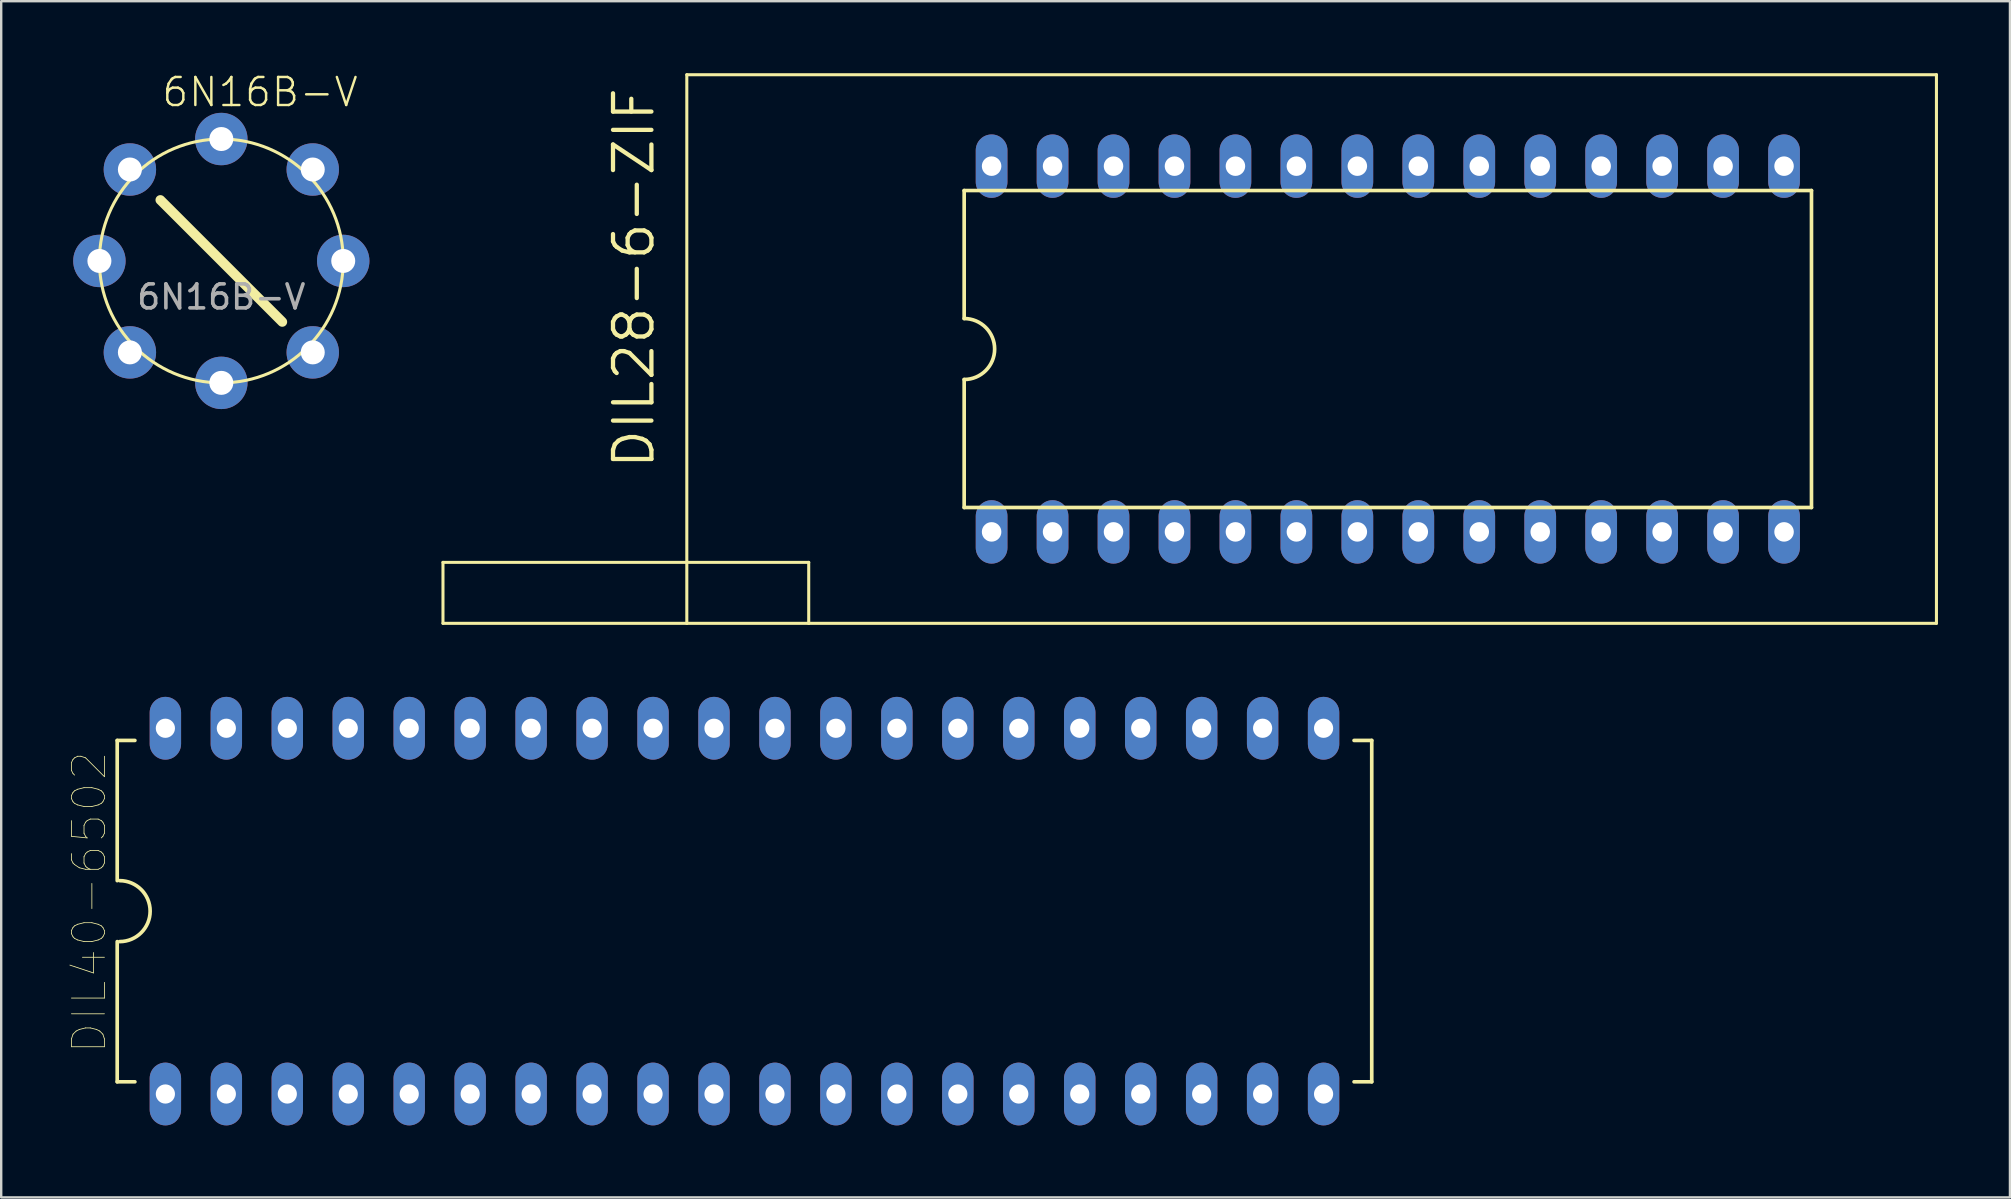
<source format=kicad_pcb>
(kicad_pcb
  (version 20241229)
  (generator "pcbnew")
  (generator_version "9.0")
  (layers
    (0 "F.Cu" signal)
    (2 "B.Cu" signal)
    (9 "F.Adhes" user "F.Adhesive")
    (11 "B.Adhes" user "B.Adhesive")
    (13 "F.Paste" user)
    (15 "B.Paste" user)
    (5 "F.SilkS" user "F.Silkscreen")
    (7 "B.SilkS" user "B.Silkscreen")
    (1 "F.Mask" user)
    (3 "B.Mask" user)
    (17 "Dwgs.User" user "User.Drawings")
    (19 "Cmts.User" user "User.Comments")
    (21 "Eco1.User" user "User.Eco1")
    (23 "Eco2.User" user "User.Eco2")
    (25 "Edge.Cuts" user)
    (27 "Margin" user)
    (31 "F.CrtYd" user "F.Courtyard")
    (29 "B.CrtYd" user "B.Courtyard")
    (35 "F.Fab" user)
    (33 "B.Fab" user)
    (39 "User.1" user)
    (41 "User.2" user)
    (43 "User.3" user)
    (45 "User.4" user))
  (footprint "6N16B-V"
    (layer "F.Cu")
    (at 6.172 7.823)
    (property "Reference" "6N16B-V" (at -2.54 -6.35 0) (layer "F.SilkS") (effects (font (size 1.168 1.168) (thickness 0.102)) (justify left bottom)))
    (fp_line (start 2.54 2.54) (end -2.54 -2.54) (stroke (width 0.406) (type solid)) (layer "F.SilkS"))
    (fp_circle (center 0 0) (end 5.08 0) (stroke (width 0.127) (type solid)) (fill no) (layer "F.SilkS"))
    (fp_text user "${REFERENCE}" (at 0 1.5 0) (layer "F.Fab") (effects (font (size 1 1) (thickness 0.15))))
    (pad "1" thru_hole circle (at 3.81 3.81) (size 2.184 2.184) (drill 1) (layers "*.Cu" "*.Mask"))
    (pad "2" thru_hole circle (at 5.08 0) (size 2.184 2.184) (drill 1) (layers "*.Cu" "*.Mask"))
    (pad "3" thru_hole circle (at 3.81 -3.81) (size 2.184 2.184) (drill 1) (layers "*.Cu" "*.Mask"))
    (pad "4" thru_hole circle (at 0 -5.08) (size 2.184 2.184) (drill 1) (layers "*.Cu" "*.Mask"))
    (pad "5" thru_hole circle (at -3.81 -3.81) (size 2.184 2.184) (drill 1) (layers "*.Cu" "*.Mask"))
    (pad "6" thru_hole circle (at -5.08 0) (size 2.184 2.184) (drill 1) (layers "*.Cu" "*.Mask"))
    (pad "7" thru_hole circle (at -3.81 3.81) (size 2.184 2.184) (drill 1) (layers "*.Cu" "*.Mask"))
    (pad "8" thru_hole circle (at 0 5.08) (size 2.184 2.184) (drill 1) (layers "*.Cu" "*.Mask")))
  (footprint "DIL28-6-ZIF"
    (layer "F.Cu")
    (at 54.778 11.493)
    (property "Reference" "DIL28-6-ZIF" (at -30.48 5.08 90) (layer "F.SilkS") (effects (font (size 1.6 1.6) (thickness 0.178)) (justify left bottom)))
    (fp_line (start -39.37 8.89) (end -39.37 11.43) (stroke (width 0.127) (type solid)) (layer "F.SilkS"))
    (fp_line (start -39.37 11.43) (end -29.21 11.43) (stroke (width 0.127) (type solid)) (layer "F.SilkS"))
    (fp_line (start -29.21 -11.43) (end -29.21 11.43) (stroke (width 0.127) (type solid)) (layer "F.SilkS"))
    (fp_line (start -29.21 11.43) (end -24.13 11.43) (stroke (width 0.127) (type solid)) (layer "F.SilkS"))
    (fp_line (start -24.13 8.89) (end -39.37 8.89) (stroke (width 0.127) (type solid)) (layer "F.SilkS"))
    (fp_line (start -24.13 11.43) (end -24.13 8.89) (stroke (width 0.127) (type solid)) (layer "F.SilkS"))
    (fp_line (start -24.13 11.43) (end 22.86 11.43) (stroke (width 0.127) (type solid)) (layer "F.SilkS"))
    (fp_line (start -17.653 -6.604) (end -17.653 -1.27) (stroke (width 0.152) (type solid)) (layer "F.SilkS"))
    (fp_line (start -17.653 -6.604) (end 17.653 -6.604) (stroke (width 0.152) (type solid)) (layer "F.SilkS"))
    (fp_line (start -17.653 1.27) (end -17.653 6.604) (stroke (width 0.152) (type solid)) (layer "F.SilkS"))
    (fp_line (start -17.653 6.604) (end 17.653 6.604) (stroke (width 0.152) (type solid)) (layer "F.SilkS"))
    (fp_line (start 17.653 6.604) (end 17.653 -6.604) (stroke (width 0.152) (type solid)) (layer "F.SilkS"))
    (fp_line (start 22.86 -11.43) (end -29.21 -11.43) (stroke (width 0.127) (type solid)) (layer "F.SilkS"))
    (fp_line (start 22.86 11.43) (end 22.86 -11.43) (stroke (width 0.127) (type solid)) (layer "F.SilkS"))
    (fp_arc (start -17.653 -1.27) (mid -16.383 0) (end -17.653 1.27) (stroke (width 0.1524) (type solid)) (layer "F.SilkS"))
    (pad "1" thru_hole oval (at -16.51 7.62 90) (size 2.642 1.321) (drill 0.813) (layers "*.Cu" "*.Mask"))
    (pad "2" thru_hole oval (at -13.97 7.62 90) (size 2.642 1.321) (drill 0.813) (layers "*.Cu" "*.Mask"))
    (pad "3" thru_hole oval (at -11.43 7.62 90) (size 2.642 1.321) (drill 0.813) (layers "*.Cu" "*.Mask"))
    (pad "4" thru_hole oval (at -8.89 7.62 90) (size 2.642 1.321) (drill 0.813) (layers "*.Cu" "*.Mask"))
    (pad "5" thru_hole oval (at -6.35 7.62 90) (size 2.642 1.321) (drill 0.813) (layers "*.Cu" "*.Mask"))
    (pad "6" thru_hole oval (at -3.81 7.62 90) (size 2.642 1.321) (drill 0.813) (layers "*.Cu" "*.Mask"))
    (pad "7" thru_hole oval (at -1.27 7.62 90) (size 2.642 1.321) (drill 0.813) (layers "*.Cu" "*.Mask"))
    (pad "8" thru_hole oval (at 1.27 7.62 90) (size 2.642 1.321) (drill 0.813) (layers "*.Cu" "*.Mask"))
    (pad "9" thru_hole oval (at 3.81 7.62 90) (size 2.642 1.321) (drill 0.813) (layers "*.Cu" "*.Mask"))
    (pad "10" thru_hole oval (at 6.35 7.62 90) (size 2.642 1.321) (drill 0.813) (layers "*.Cu" "*.Mask"))
    (pad "11" thru_hole oval (at 8.89 7.62 90) (size 2.642 1.321) (drill 0.813) (layers "*.Cu" "*.Mask"))
    (pad "12" thru_hole oval (at 11.43 7.62 90) (size 2.642 1.321) (drill 0.813) (layers "*.Cu" "*.Mask"))
    (pad "13" thru_hole oval (at 13.97 7.62 90) (size 2.642 1.321) (drill 0.813) (layers "*.Cu" "*.Mask"))
    (pad "14" thru_hole oval (at 16.51 7.62 90) (size 2.642 1.321) (drill 0.813) (layers "*.Cu" "*.Mask"))
    (pad "15" thru_hole oval (at 16.51 -7.62 90) (size 2.642 1.321) (drill 0.813) (layers "*.Cu" "*.Mask"))
    (pad "16" thru_hole oval (at 13.97 -7.62 90) (size 2.642 1.321) (drill 0.813) (layers "*.Cu" "*.Mask"))
    (pad "17" thru_hole oval (at 11.43 -7.62 90) (size 2.642 1.321) (drill 0.813) (layers "*.Cu" "*.Mask"))
    (pad "18" thru_hole oval (at 8.89 -7.62 90) (size 2.642 1.321) (drill 0.813) (layers "*.Cu" "*.Mask"))
    (pad "19" thru_hole oval (at 6.35 -7.62 90) (size 2.642 1.321) (drill 0.813) (layers "*.Cu" "*.Mask"))
    (pad "20" thru_hole oval (at 3.81 -7.62 90) (size 2.642 1.321) (drill 0.813) (layers "*.Cu" "*.Mask"))
    (pad "21" thru_hole oval (at 1.27 -7.62 90) (size 2.642 1.321) (drill 0.813) (layers "*.Cu" "*.Mask"))
    (pad "22" thru_hole oval (at -1.27 -7.62 90) (size 2.642 1.321) (drill 0.813) (layers "*.Cu" "*.Mask"))
    (pad "23" thru_hole oval (at -3.81 -7.62 90) (size 2.642 1.321) (drill 0.813) (layers "*.Cu" "*.Mask"))
    (pad "24" thru_hole oval (at -6.35 -7.62 90) (size 2.642 1.321) (drill 0.813) (layers "*.Cu" "*.Mask"))
    (pad "25" thru_hole oval (at -8.89 -7.62 90) (size 2.642 1.321) (drill 0.813) (layers "*.Cu" "*.Mask"))
    (pad "26" thru_hole oval (at -11.43 -7.62 90) (size 2.642 1.321) (drill 0.813) (layers "*.Cu" "*.Mask"))
    (pad "27" thru_hole oval (at -13.97 -7.62 90) (size 2.642 1.321) (drill 0.813) (layers "*.Cu" "*.Mask"))
    (pad "28" thru_hole oval (at -16.51 -7.62 90) (size 2.642 1.321) (drill 0.813) (layers "*.Cu" "*.Mask")))
  (footprint "DIL40-6502"
    (layer "F.Cu")
    (at 27.971 34.915)
    (property "Reference" "DIL40-6502" (at -26.5 6 90) (layer "F.SilkS") (effects (font (size 1.374 1.374) (thickness 0.033)) (justify left bottom)))
    (fp_line (start -26.137 -7.112) (end -26.137 -1.27) (stroke (width 0.152) (type solid)) (layer "F.SilkS"))
    (fp_line (start -26.137 -7.112) (end -25.4 -7.112) (stroke (width 0.152) (type solid)) (layer "F.SilkS"))
    (fp_line (start -26.137 7.112) (end -26.137 1.27) (stroke (width 0.152) (type solid)) (layer "F.SilkS"))
    (fp_line (start -26.137 7.112) (end -25.4 7.112) (stroke (width 0.152) (type solid)) (layer "F.SilkS"))
    (fp_line (start 26.137 -7.112) (end 25.4 -7.112) (stroke (width 0.152) (type solid)) (layer "F.SilkS"))
    (fp_line (start 26.137 -7.112) (end 26.137 7.112) (stroke (width 0.152) (type solid)) (layer "F.SilkS"))
    (fp_line (start 26.137 7.112) (end 25.4 7.112) (stroke (width 0.152) (type solid)) (layer "F.SilkS"))
    (fp_arc (start -26.035 -1.27) (mid -24.765 0) (end -26.035 1.27) (stroke (width 0.1524) (type solid)) (layer "F.SilkS"))
    (pad "1" thru_hole oval (at -24.13 7.62 90) (size 2.616 1.308) (drill 0.8) (layers "*.Cu" "*.Mask"))
    (pad "1" thru_hole oval (at 24.13 -7.62 90) (size 2.616 1.308) (drill 0.8) (layers "*.Cu" "*.Mask"))
    (pad "2" thru_hole oval (at -21.59 7.62 90) (size 2.616 1.308) (drill 0.8) (layers "*.Cu" "*.Mask"))
    (pad "3" thru_hole oval (at -19.05 7.62 90) (size 2.616 1.308) (drill 0.8) (layers "*.Cu" "*.Mask"))
    (pad "4" thru_hole oval (at -16.51 7.62 90) (size 2.616 1.308) (drill 0.8) (layers "*.Cu" "*.Mask"))
    (pad "5" thru_hole oval (at -13.97 7.62 90) (size 2.616 1.308) (drill 0.8) (layers "*.Cu" "*.Mask"))
    (pad "6" thru_hole oval (at -11.43 7.62 90) (size 2.616 1.308) (drill 0.8) (layers "*.Cu" "*.Mask"))
    (pad "7" thru_hole oval (at -8.89 7.62 90) (size 2.616 1.308) (drill 0.8) (layers "*.Cu" "*.Mask"))
    (pad "8" thru_hole oval (at -6.35 7.62 90) (size 2.616 1.308) (drill 0.8) (layers "*.Cu" "*.Mask"))
    (pad "9" thru_hole oval (at -3.81 7.62 90) (size 2.616 1.308) (drill 0.8) (layers "*.Cu" "*.Mask"))
    (pad "10" thru_hole oval (at -1.27 7.62 90) (size 2.616 1.308) (drill 0.8) (layers "*.Cu" "*.Mask"))
    (pad "11" thru_hole oval (at 1.27 7.62 90) (size 2.616 1.308) (drill 0.8) (layers "*.Cu" "*.Mask"))
    (pad "12" thru_hole oval (at 3.81 7.62 90) (size 2.616 1.308) (drill 0.8) (layers "*.Cu" "*.Mask"))
    (pad "13" thru_hole oval (at 6.35 7.62 90) (size 2.616 1.308) (drill 0.8) (layers "*.Cu" "*.Mask"))
    (pad "14" thru_hole oval (at 8.89 7.62 90) (size 2.616 1.308) (drill 0.8) (layers "*.Cu" "*.Mask"))
    (pad "15" thru_hole oval (at 11.43 7.62 90) (size 2.616 1.308) (drill 0.8) (layers "*.Cu" "*.Mask"))
    (pad "16" thru_hole oval (at 13.97 7.62 90) (size 2.616 1.308) (drill 0.8) (layers "*.Cu" "*.Mask"))
    (pad "17" thru_hole oval (at 16.51 7.62 90) (size 2.616 1.308) (drill 0.8) (layers "*.Cu" "*.Mask"))
    (pad "18" thru_hole oval (at 19.05 7.62 90) (size 2.616 1.308) (drill 0.8) (layers "*.Cu" "*.Mask"))
    (pad "19" thru_hole oval (at 21.59 7.62 90) (size 2.616 1.308) (drill 0.8) (layers "*.Cu" "*.Mask"))
    (pad "20" thru_hole oval (at 24.13 7.62 90) (size 2.616 1.308) (drill 0.8) (layers "*.Cu" "*.Mask"))
    (pad "22" thru_hole oval (at 21.59 -7.62 90) (size 2.616 1.308) (drill 0.8) (layers "*.Cu" "*.Mask"))
    (pad "23" thru_hole oval (at 19.05 -7.62 90) (size 2.616 1.308) (drill 0.8) (layers "*.Cu" "*.Mask"))
    (pad "24" thru_hole oval (at 16.51 -7.62 90) (size 2.616 1.308) (drill 0.8) (layers "*.Cu" "*.Mask"))
    (pad "25" thru_hole oval (at 13.97 -7.62 90) (size 2.616 1.308) (drill 0.8) (layers "*.Cu" "*.Mask"))
    (pad "26" thru_hole oval (at 11.43 -7.62 90) (size 2.616 1.308) (drill 0.8) (layers "*.Cu" "*.Mask"))
    (pad "27" thru_hole oval (at 8.89 -7.62 90) (size 2.616 1.308) (drill 0.8) (layers "*.Cu" "*.Mask"))
    (pad "28" thru_hole oval (at 6.35 -7.62 90) (size 2.616 1.308) (drill 0.8) (layers "*.Cu" "*.Mask"))
    (pad "29" thru_hole oval (at 3.81 -7.62 90) (size 2.616 1.308) (drill 0.8) (layers "*.Cu" "*.Mask"))
    (pad "30" thru_hole oval (at 1.27 -7.62 90) (size 2.616 1.308) (drill 0.8) (layers "*.Cu" "*.Mask"))
    (pad "31" thru_hole oval (at -1.27 -7.62 90) (size 2.616 1.308) (drill 0.8) (layers "*.Cu" "*.Mask"))
    (pad "32" thru_hole oval (at -3.81 -7.62 90) (size 2.616 1.308) (drill 0.8) (layers "*.Cu" "*.Mask"))
    (pad "33" thru_hole oval (at -6.35 -7.62 90) (size 2.616 1.308) (drill 0.8) (layers "*.Cu" "*.Mask"))
    (pad "34" thru_hole oval (at -8.89 -7.62 90) (size 2.616 1.308) (drill 0.8) (layers "*.Cu" "*.Mask"))
    (pad "35" thru_hole oval (at -11.43 -7.62 90) (size 2.616 1.308) (drill 0.8) (layers "*.Cu" "*.Mask"))
    (pad "36" thru_hole oval (at -13.97 -7.62 90) (size 2.616 1.308) (drill 0.8) (layers "*.Cu" "*.Mask"))
    (pad "37" thru_hole oval (at -16.51 -7.62 90) (size 2.616 1.308) (drill 0.8) (layers "*.Cu" "*.Mask"))
    (pad "38" thru_hole oval (at -19.05 -7.62 90) (size 2.616 1.308) (drill 0.8) (layers "*.Cu" "*.Mask"))
    (pad "39" thru_hole oval (at -21.59 -7.62 90) (size 2.616 1.308) (drill 0.8) (layers "*.Cu" "*.Mask"))
    (pad "40" thru_hole oval (at -24.13 -7.62 90) (size 2.616 1.308) (drill 0.8) (layers "*.Cu" "*.Mask")))
  (gr_rect
    (start -3 -3)
    (end 80.701 46.843)
    (stroke (width 0.1) (type default))
    (fill no)
    (layer "Edge.Cuts")))
</source>
